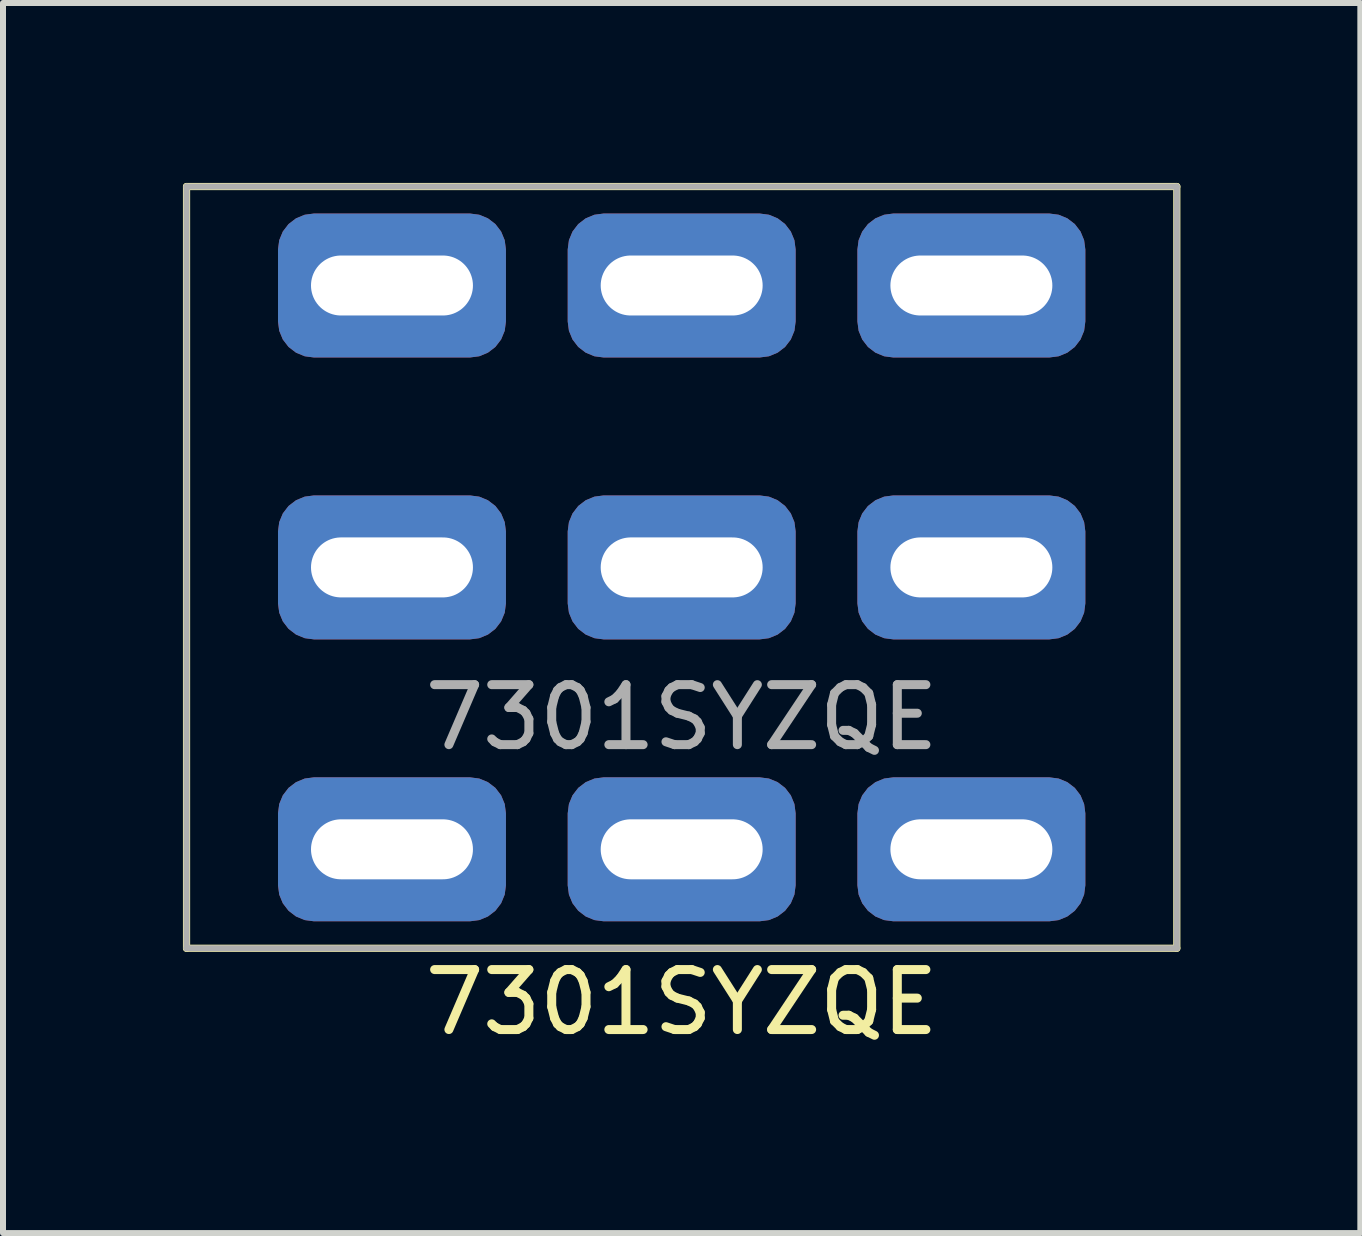
<source format=kicad_pcb>
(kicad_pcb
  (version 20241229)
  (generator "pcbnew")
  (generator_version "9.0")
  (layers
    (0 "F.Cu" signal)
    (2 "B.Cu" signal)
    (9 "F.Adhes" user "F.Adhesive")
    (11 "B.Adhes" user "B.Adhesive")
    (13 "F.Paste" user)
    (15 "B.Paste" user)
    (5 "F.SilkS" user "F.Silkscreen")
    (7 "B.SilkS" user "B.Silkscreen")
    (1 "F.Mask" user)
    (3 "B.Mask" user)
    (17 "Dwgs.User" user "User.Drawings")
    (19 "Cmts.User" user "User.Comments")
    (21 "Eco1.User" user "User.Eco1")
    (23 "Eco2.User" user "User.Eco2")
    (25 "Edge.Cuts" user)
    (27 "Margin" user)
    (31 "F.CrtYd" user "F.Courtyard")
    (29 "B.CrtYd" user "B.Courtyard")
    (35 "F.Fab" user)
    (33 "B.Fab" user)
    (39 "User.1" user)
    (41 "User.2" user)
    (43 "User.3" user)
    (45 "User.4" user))
  (footprint "7301SYZQE"
    (layer "F.Cu")
    (at 8.315 6.41)
    (property "Reference" "7301SYZQE" (at 0 7.25 0) (unlocked yes) (layer "F.SilkS") (effects (font (size 1 1) (thickness 0.15))))
    (attr through_hole)
    (fp_line (start -8.255 -6.35) (end 8.255 -6.35) (stroke (width 0.12) (type solid)) (layer "F.SilkS"))
    (fp_line (start -8.255 6.35) (end -8.255 -6.35) (stroke (width 0.12) (type solid)) (layer "F.SilkS"))
    (fp_line (start 8.255 -6.35) (end 8.255 6.35) (stroke (width 0.12) (type solid)) (layer "F.SilkS"))
    (fp_line (start 8.255 6.35) (end -8.255 6.35) (stroke (width 0.12) (type solid)) (layer "F.SilkS"))
    (fp_line (start -8.255 -6.35) (end 8.255 -6.35) (stroke (width 0.1) (type solid)) (layer "F.Fab"))
    (fp_line (start -8.255 6.35) (end -8.255 -6.35) (stroke (width 0.1) (type solid)) (layer "F.Fab"))
    (fp_line (start 8.255 -6.35) (end 8.255 6.35) (stroke (width 0.1) (type solid)) (layer "F.Fab"))
    (fp_line (start 8.255 6.35) (end -8.255 6.35) (stroke (width 0.1) (type solid)) (layer "F.Fab"))
    (fp_text user "${REFERENCE}" (at 0 2.5 0) (unlocked yes) (layer "F.Fab") (effects (font (size 1 1) (thickness 0.15))))
    (pad "1" thru_hole roundrect (at -4.83 4.7) (size 3.8 2.4) (drill oval 2.7 1) (layers "*.Cu" "*.Mask") (roundrect_rratio 0.25))
    (pad "2" thru_hole roundrect (at -4.83 0) (size 3.8 2.4) (drill oval 2.7 1) (layers "*.Cu" "*.Mask") (roundrect_rratio 0.25))
    (pad "3" thru_hole roundrect (at -4.83 -4.7) (size 3.8 2.4) (drill oval 2.7 1) (layers "*.Cu" "*.Mask") (roundrect_rratio 0.25))
    (pad "4" thru_hole roundrect (at 0 4.7) (size 3.8 2.4) (drill oval 2.7 1) (layers "*.Cu" "*.Mask") (roundrect_rratio 0.25))
    (pad "5" thru_hole roundrect (at 0 0) (size 3.8 2.4) (drill oval 2.7 1) (layers "*.Cu" "*.Mask") (roundrect_rratio 0.25))
    (pad "6" thru_hole roundrect (at 0 -4.7) (size 3.8 2.4) (drill oval 2.7 1) (layers "*.Cu" "*.Mask") (roundrect_rratio 0.25))
    (pad "7" thru_hole roundrect (at 4.83 4.7) (size 3.8 2.4) (drill oval 2.7 1) (layers "*.Cu" "*.Mask") (roundrect_rratio 0.25))
    (pad "8" thru_hole roundrect (at 4.83 0) (size 3.8 2.4) (drill oval 2.7 1) (layers "*.Cu" "*.Mask") (roundrect_rratio 0.25))
    (pad "9" thru_hole roundrect (at 4.83 -4.7) (size 3.8 2.4) (drill oval 2.7 1) (layers "*.Cu" "*.Mask") (roundrect_rratio 0.25)))
  (gr_rect
    (start -3 -3)
    (end 19.63 17.508)
    (stroke (width 0.1) (type default))
    (fill no)
    (layer "Edge.Cuts")))
</source>
